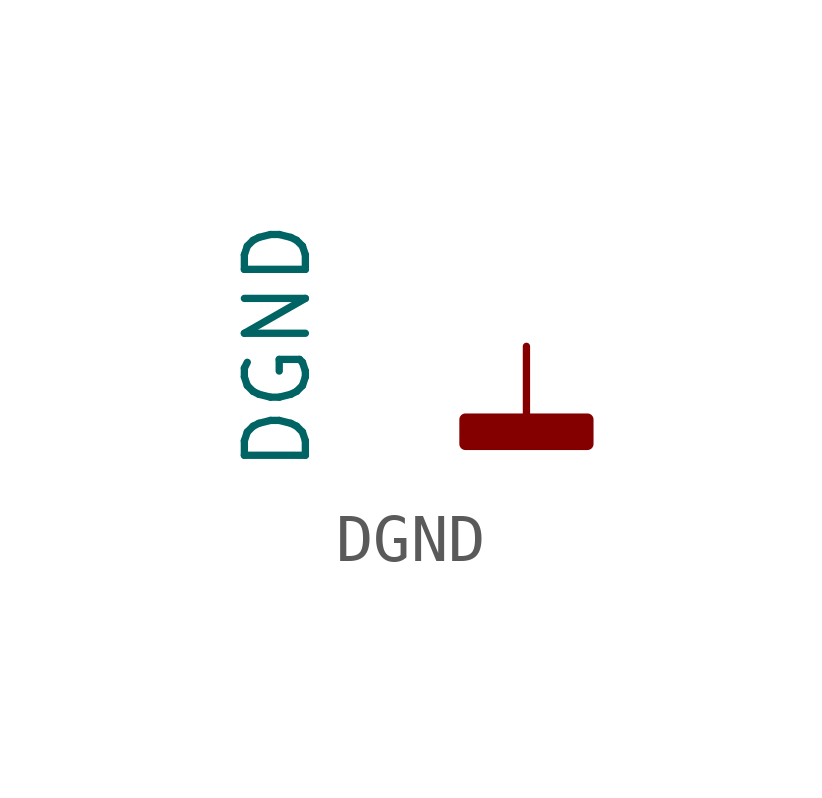
<source format=kicad_sym>
(kicad_symbol_lib
  (version 20211014)
  (generator kicad_symbol_editor)
  (symbol "DGND"
    (power)
    (pin_names
      (offset 0))
    (property "Reference" "#PWR0147"
      (at 0 -3.81 0)
      (effects (font (size 1.27 1.27)) hide))
    (property "Value" "DGND"
      (at -5.182 0 90)
      (effects (font (size 1.27 1.27))))
    (symbol "DGND_0_1"
      (rectangle (start -1.27 -1.524) (end 1.27 -2.032) (stroke (width 0.254) (type default) (color 0 0 0 0)) (fill (type outline)))
      (polyline (pts (xy 0 0) (xy 0 -1.524)) (stroke (width 0) (type default) (color 0 0 0 0)) (fill (type none))))
    (symbol "DGND_1_1"
      (pin power_in line (at 0 0 270) (length 0) hide (name "DGND" (effects (font (size 1.27 1.27)))) (number "1" (effects (font (size 1.27 1.27))))))))
</source>
